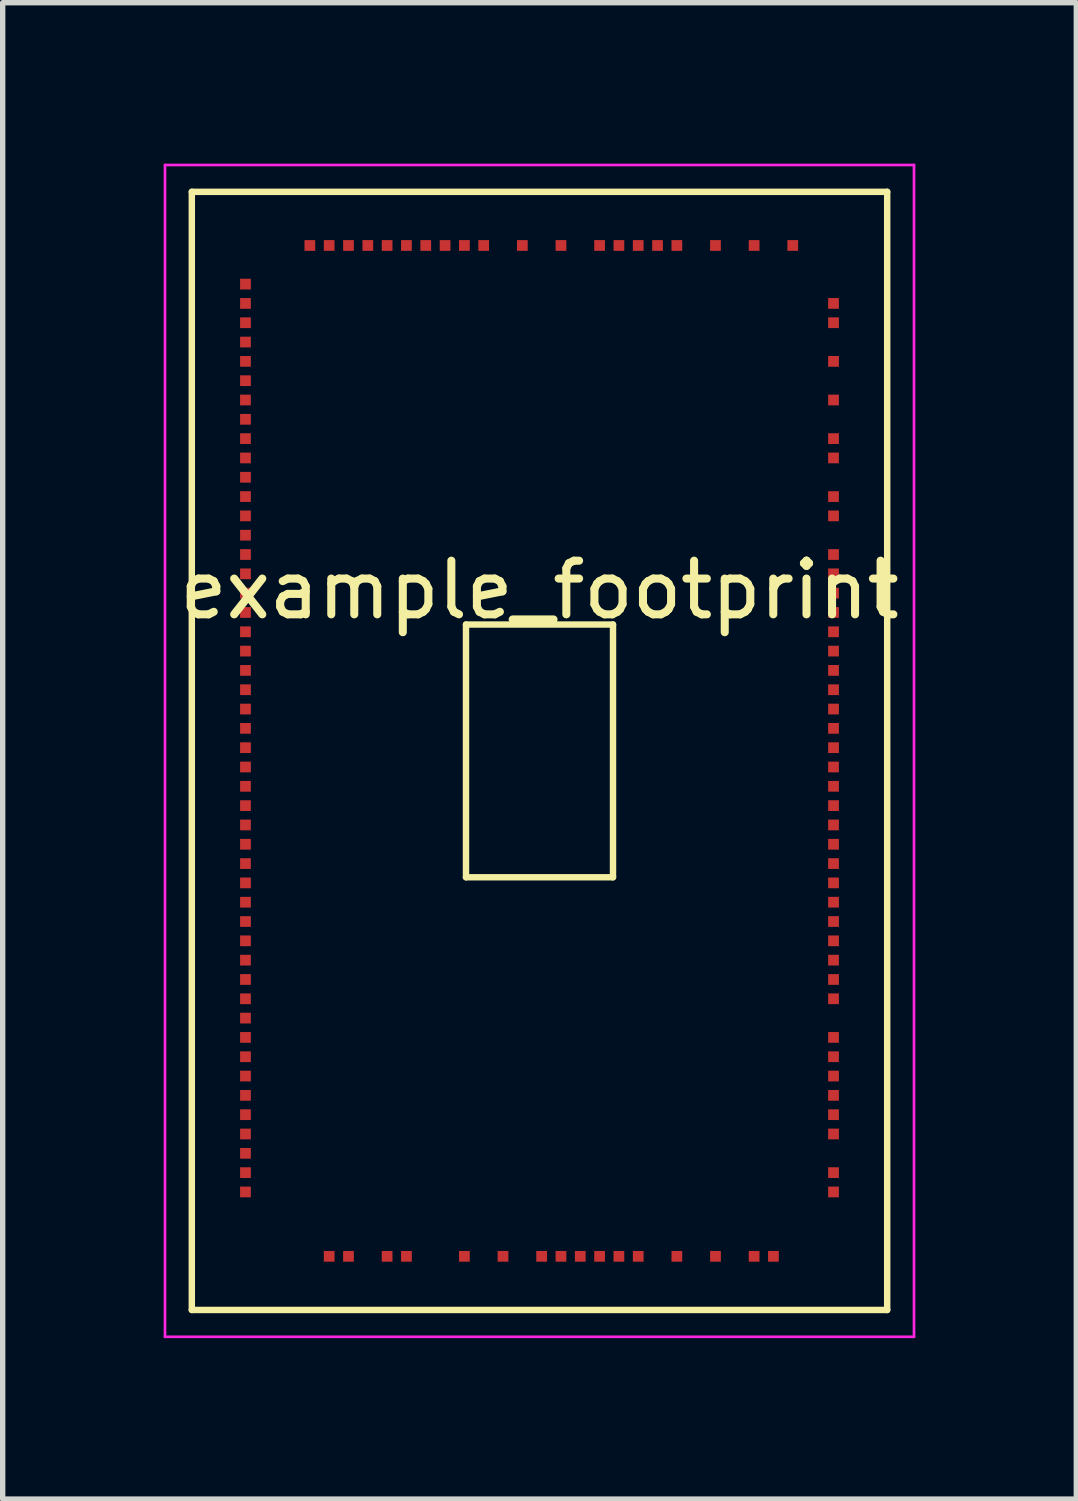
<source format=kicad_pcb>
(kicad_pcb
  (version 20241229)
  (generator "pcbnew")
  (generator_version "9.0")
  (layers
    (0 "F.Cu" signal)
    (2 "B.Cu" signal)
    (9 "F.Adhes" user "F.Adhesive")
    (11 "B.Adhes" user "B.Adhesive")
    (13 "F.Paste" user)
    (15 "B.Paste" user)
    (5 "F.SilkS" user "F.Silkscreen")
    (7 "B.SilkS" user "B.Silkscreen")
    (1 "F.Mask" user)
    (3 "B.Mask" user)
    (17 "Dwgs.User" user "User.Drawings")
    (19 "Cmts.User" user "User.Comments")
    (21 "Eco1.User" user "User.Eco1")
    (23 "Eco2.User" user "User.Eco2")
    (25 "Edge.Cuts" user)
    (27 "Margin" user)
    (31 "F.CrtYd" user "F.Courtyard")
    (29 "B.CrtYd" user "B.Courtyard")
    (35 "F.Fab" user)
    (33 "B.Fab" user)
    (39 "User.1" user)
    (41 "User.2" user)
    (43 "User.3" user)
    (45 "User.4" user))
  (footprint "example_footprint"
    (layer "F.Cu")
    (at 7.005 10.945)
    (property "Reference" "example_footprint" (at 0 -3 0) (layer "F.SilkS") (effects (font (size 1 1) (thickness 0.15))))
    (attr through_hole)
    (fp_line (start -6.48 -10.42) (end 6.48 -10.42) (stroke (width 0.12) (type solid)) (layer "F.SilkS"))
    (fp_line (start -6.48 10.42) (end -6.48 -10.42) (stroke (width 0.12) (type solid)) (layer "F.SilkS"))
    (fp_line (start -1.37 -2.355) (end -1.37 2.355) (stroke (width 0.12) (type solid)) (layer "F.SilkS"))
    (fp_line (start -1.37 2.355) (end 1.37 2.355) (stroke (width 0.12) (type solid)) (layer "F.SilkS"))
    (fp_line (start 1.37 -2.355) (end -1.37 -2.355) (stroke (width 0.12) (type solid)) (layer "F.SilkS"))
    (fp_line (start 1.37 2.355) (end 1.37 -2.355) (stroke (width 0.12) (type solid)) (layer "F.SilkS"))
    (fp_line (start 6.48 -10.42) (end 6.48 10.42) (stroke (width 0.12) (type solid)) (layer "F.SilkS"))
    (fp_line (start 6.48 10.42) (end -6.48 10.42) (stroke (width 0.12) (type solid)) (layer "F.SilkS"))
    (fp_line (start -6.98 -10.92) (end 6.98 -10.92) (stroke (width 0.05) (type solid)) (layer "F.CrtYd"))
    (fp_line (start -6.98 10.92) (end -6.98 -10.92) (stroke (width 0.05) (type solid)) (layer "F.CrtYd"))
    (fp_line (start 6.98 -10.92) (end 6.98 10.92) (stroke (width 0.05) (type solid)) (layer "F.CrtYd"))
    (fp_line (start 6.98 10.92) (end -6.98 10.92) (stroke (width 0.05) (type solid)) (layer "F.CrtYd"))
    (pad "1" smd rect (at -5.48 -8.7) (size 0.2 0.2) (layers "F.Cu" "F.Mask" "F.Paste"))
    (pad "2" smd rect (at -5.48 -8.34) (size 0.2 0.2) (layers "F.Cu" "F.Mask" "F.Paste"))
    (pad "3" smd rect (at -5.48 -7.98) (size 0.2 0.2) (layers "F.Cu" "F.Mask" "F.Paste"))
    (pad "4" smd rect (at -5.48 -7.62) (size 0.2 0.2) (layers "F.Cu" "F.Mask" "F.Paste"))
    (pad "5" smd rect (at -5.48 -7.26) (size 0.2 0.2) (layers "F.Cu" "F.Mask" "F.Paste"))
    (pad "6" smd rect (at -5.48 -6.9) (size 0.2 0.2) (layers "F.Cu" "F.Mask" "F.Paste"))
    (pad "7" smd rect (at -5.48 -6.54) (size 0.2 0.2) (layers "F.Cu" "F.Mask" "F.Paste"))
    (pad "8" smd rect (at -5.48 -6.18) (size 0.2 0.2) (layers "F.Cu" "F.Mask" "F.Paste"))
    (pad "9" smd rect (at -5.48 -5.82) (size 0.2 0.2) (layers "F.Cu" "F.Mask" "F.Paste"))
    (pad "10" smd rect (at -5.48 -5.46) (size 0.2 0.2) (layers "F.Cu" "F.Mask" "F.Paste"))
    (pad "11" smd rect (at -5.48 -5.1) (size 0.2 0.2) (layers "F.Cu" "F.Mask" "F.Paste"))
    (pad "12" smd rect (at -5.48 -4.74) (size 0.2 0.2) (layers "F.Cu" "F.Mask" "F.Paste"))
    (pad "13" smd rect (at -5.48 -4.38) (size 0.2 0.2) (layers "F.Cu" "F.Mask" "F.Paste"))
    (pad "14" smd rect (at -5.48 -4.02) (size 0.2 0.2) (layers "F.Cu" "F.Mask" "F.Paste"))
    (pad "15" smd rect (at -5.48 -3.66) (size 0.2 0.2) (layers "F.Cu" "F.Mask" "F.Paste"))
    (pad "16" smd rect (at -5.48 -3.3) (size 0.2 0.2) (layers "F.Cu" "F.Mask" "F.Paste"))
    (pad "17" smd rect (at -5.48 -2.94) (size 0.2 0.2) (layers "F.Cu" "F.Mask" "F.Paste"))
    (pad "18" smd rect (at -5.48 -2.58) (size 0.2 0.2) (layers "F.Cu" "F.Mask" "F.Paste"))
    (pad "19" smd rect (at -5.48 -2.22) (size 0.2 0.2) (layers "F.Cu" "F.Mask" "F.Paste"))
    (pad "20" smd rect (at -5.48 -1.86) (size 0.2 0.2) (layers "F.Cu" "F.Mask" "F.Paste"))
    (pad "21" smd rect (at -5.48 -1.5) (size 0.2 0.2) (layers "F.Cu" "F.Mask" "F.Paste"))
    (pad "22" smd rect (at -5.48 -1.14) (size 0.2 0.2) (layers "F.Cu" "F.Mask" "F.Paste"))
    (pad "23" smd rect (at -5.48 -0.78) (size 0.2 0.2) (layers "F.Cu" "F.Mask" "F.Paste"))
    (pad "24" smd rect (at -5.48 -0.42) (size 0.2 0.2) (layers "F.Cu" "F.Mask" "F.Paste"))
    (pad "25" smd rect (at -5.48 -0.06) (size 0.2 0.2) (layers "F.Cu" "F.Mask" "F.Paste"))
    (pad "26" smd rect (at -5.48 0.3) (size 0.2 0.2) (layers "F.Cu" "F.Mask" "F.Paste"))
    (pad "27" smd rect (at -5.48 0.66) (size 0.2 0.2) (layers "F.Cu" "F.Mask" "F.Paste"))
    (pad "28" smd rect (at -5.48 1.02) (size 0.2 0.2) (layers "F.Cu" "F.Mask" "F.Paste"))
    (pad "29" smd rect (at -5.48 1.38) (size 0.2 0.2) (layers "F.Cu" "F.Mask" "F.Paste"))
    (pad "30" smd rect (at -5.48 1.74) (size 0.2 0.2) (layers "F.Cu" "F.Mask" "F.Paste"))
    (pad "31" smd rect (at -5.48 2.1) (size 0.2 0.2) (layers "F.Cu" "F.Mask" "F.Paste"))
    (pad "32" smd rect (at -5.48 2.46) (size 0.2 0.2) (layers "F.Cu" "F.Mask" "F.Paste"))
    (pad "33" smd rect (at -5.48 2.82) (size 0.2 0.2) (layers "F.Cu" "F.Mask" "F.Paste"))
    (pad "34" smd rect (at -5.48 3.18) (size 0.2 0.2) (layers "F.Cu" "F.Mask" "F.Paste"))
    (pad "35" smd rect (at -5.48 3.54) (size 0.2 0.2) (layers "F.Cu" "F.Mask" "F.Paste"))
    (pad "36" smd rect (at -5.48 3.9) (size 0.2 0.2) (layers "F.Cu" "F.Mask" "F.Paste"))
    (pad "37" smd rect (at -5.48 4.26) (size 0.2 0.2) (layers "F.Cu" "F.Mask" "F.Paste"))
    (pad "38" smd rect (at -5.48 4.62) (size 0.2 0.2) (layers "F.Cu" "F.Mask" "F.Paste"))
    (pad "39" smd rect (at -5.48 4.98) (size 0.2 0.2) (layers "F.Cu" "F.Mask" "F.Paste"))
    (pad "40" smd rect (at -5.48 5.34) (size 0.2 0.2) (layers "F.Cu" "F.Mask" "F.Paste"))
    (pad "41" smd rect (at -5.48 5.7) (size 0.2 0.2) (layers "F.Cu" "F.Mask" "F.Paste"))
    (pad "42" smd rect (at -5.48 6.06) (size 0.2 0.2) (layers "F.Cu" "F.Mask" "F.Paste"))
    (pad "43" smd rect (at -5.48 6.42) (size 0.2 0.2) (layers "F.Cu" "F.Mask" "F.Paste"))
    (pad "44" smd rect (at -5.48 6.78) (size 0.2 0.2) (layers "F.Cu" "F.Mask" "F.Paste"))
    (pad "45" smd rect (at -5.48 7.14) (size 0.2 0.2) (layers "F.Cu" "F.Mask" "F.Paste"))
    (pad "46" smd rect (at -5.48 7.5) (size 0.2 0.2) (layers "F.Cu" "F.Mask" "F.Paste"))
    (pad "47" smd rect (at -5.48 7.86) (size 0.2 0.2) (layers "F.Cu" "F.Mask" "F.Paste"))
    (pad "48" smd rect (at -5.48 8.22) (size 0.2 0.2) (layers "F.Cu" "F.Mask" "F.Paste"))
    (pad "49" smd rect (at -3.92 9.42) (size 0.2 0.2) (layers "F.Cu" "F.Mask" "F.Paste"))
    (pad "50" smd rect (at -3.56 9.42) (size 0.2 0.2) (layers "F.Cu" "F.Mask" "F.Paste"))
    (pad "51" smd rect (at -2.84 9.42) (size 0.2 0.2) (layers "F.Cu" "F.Mask" "F.Paste"))
    (pad "52" smd rect (at -2.48 9.42) (size 0.2 0.2) (layers "F.Cu" "F.Mask" "F.Paste"))
    (pad "53" smd rect (at -1.4 9.42) (size 0.2 0.2) (layers "F.Cu" "F.Mask" "F.Paste"))
    (pad "54" smd rect (at -0.68 9.42) (size 0.2 0.2) (layers "F.Cu" "F.Mask" "F.Paste"))
    (pad "55" smd rect (at 0.04 9.42) (size 0.2 0.2) (layers "F.Cu" "F.Mask" "F.Paste"))
    (pad "56" smd rect (at 0.4 9.42) (size 0.2 0.2) (layers "F.Cu" "F.Mask" "F.Paste"))
    (pad "57" smd rect (at 0.76 9.42) (size 0.2 0.2) (layers "F.Cu" "F.Mask" "F.Paste"))
    (pad "58" smd rect (at 1.12 9.42) (size 0.2 0.2) (layers "F.Cu" "F.Mask" "F.Paste"))
    (pad "59" smd rect (at 1.48 9.42) (size 0.2 0.2) (layers "F.Cu" "F.Mask" "F.Paste"))
    (pad "60" smd rect (at 1.84 9.42) (size 0.2 0.2) (layers "F.Cu" "F.Mask" "F.Paste"))
    (pad "61" smd rect (at 2.56 9.42) (size 0.2 0.2) (layers "F.Cu" "F.Mask" "F.Paste"))
    (pad "62" smd rect (at 3.28 9.42) (size 0.2 0.2) (layers "F.Cu" "F.Mask" "F.Paste"))
    (pad "63" smd rect (at 4 9.42) (size 0.2 0.2) (layers "F.Cu" "F.Mask" "F.Paste"))
    (pad "64" smd rect (at 4.36 9.42) (size 0.2 0.2) (layers "F.Cu" "F.Mask" "F.Paste"))
    (pad "65" smd rect (at 5.48 8.22) (size 0.2 0.2) (layers "F.Cu" "F.Mask" "F.Paste"))
    (pad "66" smd rect (at 5.48 7.86) (size 0.2 0.2) (layers "F.Cu" "F.Mask" "F.Paste"))
    (pad "67" smd rect (at 5.48 7.14) (size 0.2 0.2) (layers "F.Cu" "F.Mask" "F.Paste"))
    (pad "68" smd rect (at 5.48 6.78) (size 0.2 0.2) (layers "F.Cu" "F.Mask" "F.Paste"))
    (pad "69" smd rect (at 5.48 6.42) (size 0.2 0.2) (layers "F.Cu" "F.Mask" "F.Paste"))
    (pad "70" smd rect (at 5.48 6.06) (size 0.2 0.2) (layers "F.Cu" "F.Mask" "F.Paste"))
    (pad "71" smd rect (at 5.48 5.7) (size 0.2 0.2) (layers "F.Cu" "F.Mask" "F.Paste"))
    (pad "72" smd rect (at 5.48 5.34) (size 0.2 0.2) (layers "F.Cu" "F.Mask" "F.Paste"))
    (pad "73" smd rect (at 5.48 4.62) (size 0.2 0.2) (layers "F.Cu" "F.Mask" "F.Paste"))
    (pad "74" smd rect (at 5.48 4.26) (size 0.2 0.2) (layers "F.Cu" "F.Mask" "F.Paste"))
    (pad "75" smd rect (at 5.48 3.9) (size 0.2 0.2) (layers "F.Cu" "F.Mask" "F.Paste"))
    (pad "76" smd rect (at 5.48 3.54) (size 0.2 0.2) (layers "F.Cu" "F.Mask" "F.Paste"))
    (pad "77" smd rect (at 5.48 3.18) (size 0.2 0.2) (layers "F.Cu" "F.Mask" "F.Paste"))
    (pad "78" smd rect (at 5.48 2.82) (size 0.2 0.2) (layers "F.Cu" "F.Mask" "F.Paste"))
    (pad "79" smd rect (at 5.48 2.46) (size 0.2 0.2) (layers "F.Cu" "F.Mask" "F.Paste"))
    (pad "80" smd rect (at 5.48 2.1) (size 0.2 0.2) (layers "F.Cu" "F.Mask" "F.Paste"))
    (pad "81" smd rect (at 5.48 1.74) (size 0.2 0.2) (layers "F.Cu" "F.Mask" "F.Paste"))
    (pad "82" smd rect (at 5.48 1.38) (size 0.2 0.2) (layers "F.Cu" "F.Mask" "F.Paste"))
    (pad "83" smd rect (at 5.48 1.02) (size 0.2 0.2) (layers "F.Cu" "F.Mask" "F.Paste"))
    (pad "84" smd rect (at 5.48 0.66) (size 0.2 0.2) (layers "F.Cu" "F.Mask" "F.Paste"))
    (pad "85" smd rect (at 5.48 0.3) (size 0.2 0.2) (layers "F.Cu" "F.Mask" "F.Paste"))
    (pad "86" smd rect (at 5.48 -0.06) (size 0.2 0.2) (layers "F.Cu" "F.Mask" "F.Paste"))
    (pad "87" smd rect (at 5.48 -0.42) (size 0.2 0.2) (layers "F.Cu" "F.Mask" "F.Paste"))
    (pad "88" smd rect (at 5.48 -0.78) (size 0.2 0.2) (layers "F.Cu" "F.Mask" "F.Paste"))
    (pad "89" smd rect (at 5.48 -1.14) (size 0.2 0.2) (layers "F.Cu" "F.Mask" "F.Paste"))
    (pad "90" smd rect (at 5.48 -1.5) (size 0.2 0.2) (layers "F.Cu" "F.Mask" "F.Paste"))
    (pad "91" smd rect (at 5.48 -1.86) (size 0.2 0.2) (layers "F.Cu" "F.Mask" "F.Paste"))
    (pad "92" smd rect (at 5.48 -2.22) (size 0.2 0.2) (layers "F.Cu" "F.Mask" "F.Paste"))
    (pad "93" smd rect (at 5.48 -2.58) (size 0.2 0.2) (layers "F.Cu" "F.Mask" "F.Paste"))
    (pad "94" smd rect (at 5.48 -2.94) (size 0.2 0.2) (layers "F.Cu" "F.Mask" "F.Paste"))
    (pad "95" smd rect (at 5.48 -3.3) (size 0.2 0.2) (layers "F.Cu" "F.Mask" "F.Paste"))
    (pad "96" smd rect (at 5.48 -3.66) (size 0.2 0.2) (layers "F.Cu" "F.Mask" "F.Paste"))
    (pad "97" smd rect (at 5.48 -4.38) (size 0.2 0.2) (layers "F.Cu" "F.Mask" "F.Paste"))
    (pad "98" smd rect (at 5.48 -4.74) (size 0.2 0.2) (layers "F.Cu" "F.Mask" "F.Paste"))
    (pad "99" smd rect (at 5.48 -5.46) (size 0.2 0.2) (layers "F.Cu" "F.Mask" "F.Paste"))
    (pad "100" smd rect (at 5.48 -5.82) (size 0.2 0.2) (layers "F.Cu" "F.Mask" "F.Paste"))
    (pad "101" smd rect (at 5.48 -6.54) (size 0.2 0.2) (layers "F.Cu" "F.Mask" "F.Paste"))
    (pad "102" smd rect (at 5.48 -7.26) (size 0.2 0.2) (layers "F.Cu" "F.Mask" "F.Paste"))
    (pad "103" smd rect (at 5.48 -7.98) (size 0.2 0.2) (layers "F.Cu" "F.Mask" "F.Paste"))
    (pad "104" smd rect (at 5.48 -8.34) (size 0.2 0.2) (layers "F.Cu" "F.Mask" "F.Paste"))
    (pad "105" smd rect (at 4.72 -9.42) (size 0.2 0.2) (layers "F.Cu" "F.Mask" "F.Paste"))
    (pad "106" smd rect (at 4 -9.42) (size 0.2 0.2) (layers "F.Cu" "F.Mask" "F.Paste"))
    (pad "107" smd rect (at 3.28 -9.42) (size 0.2 0.2) (layers "F.Cu" "F.Mask" "F.Paste"))
    (pad "108" smd rect (at 2.56 -9.42) (size 0.2 0.2) (layers "F.Cu" "F.Mask" "F.Paste"))
    (pad "109" smd rect (at 2.2 -9.42) (size 0.2 0.2) (layers "F.Cu" "F.Mask" "F.Paste"))
    (pad "110" smd rect (at 1.84 -9.42) (size 0.2 0.2) (layers "F.Cu" "F.Mask" "F.Paste"))
    (pad "111" smd rect (at 1.48 -9.42) (size 0.2 0.2) (layers "F.Cu" "F.Mask" "F.Paste"))
    (pad "112" smd rect (at 1.12 -9.42) (size 0.2 0.2) (layers "F.Cu" "F.Mask" "F.Paste"))
    (pad "113" smd rect (at 0.4 -9.42) (size 0.2 0.2) (layers "F.Cu" "F.Mask" "F.Paste"))
    (pad "114" smd rect (at -0.32 -9.42) (size 0.2 0.2) (layers "F.Cu" "F.Mask" "F.Paste"))
    (pad "115" smd rect (at -1.04 -9.42) (size 0.2 0.2) (layers "F.Cu" "F.Mask" "F.Paste"))
    (pad "116" smd rect (at -1.4 -9.42) (size 0.2 0.2) (layers "F.Cu" "F.Mask" "F.Paste"))
    (pad "117" smd rect (at -1.76 -9.42) (size 0.2 0.2) (layers "F.Cu" "F.Mask" "F.Paste"))
    (pad "118" smd rect (at -2.12 -9.42) (size 0.2 0.2) (layers "F.Cu" "F.Mask" "F.Paste"))
    (pad "119" smd rect (at -2.48 -9.42) (size 0.2 0.2) (layers "F.Cu" "F.Mask" "F.Paste"))
    (pad "120" smd rect (at -2.84 -9.42) (size 0.2 0.2) (layers "F.Cu" "F.Mask" "F.Paste"))
    (pad "121" smd rect (at -3.2 -9.42) (size 0.2 0.2) (layers "F.Cu" "F.Mask" "F.Paste"))
    (pad "122" smd rect (at -3.56 -9.42) (size 0.2 0.2) (layers "F.Cu" "F.Mask" "F.Paste"))
    (pad "123" smd rect (at -3.92 -9.42) (size 0.2 0.2) (layers "F.Cu" "F.Mask" "F.Paste"))
    (pad "124" smd rect (at -4.28 -9.42) (size 0.2 0.2) (layers "F.Cu" "F.Mask" "F.Paste")))
  (gr_rect
    (start -3 -3)
    (end 17.01 24.89)
    (stroke (width 0.1) (type default))
    (fill no)
    (layer "Edge.Cuts")))
</source>
